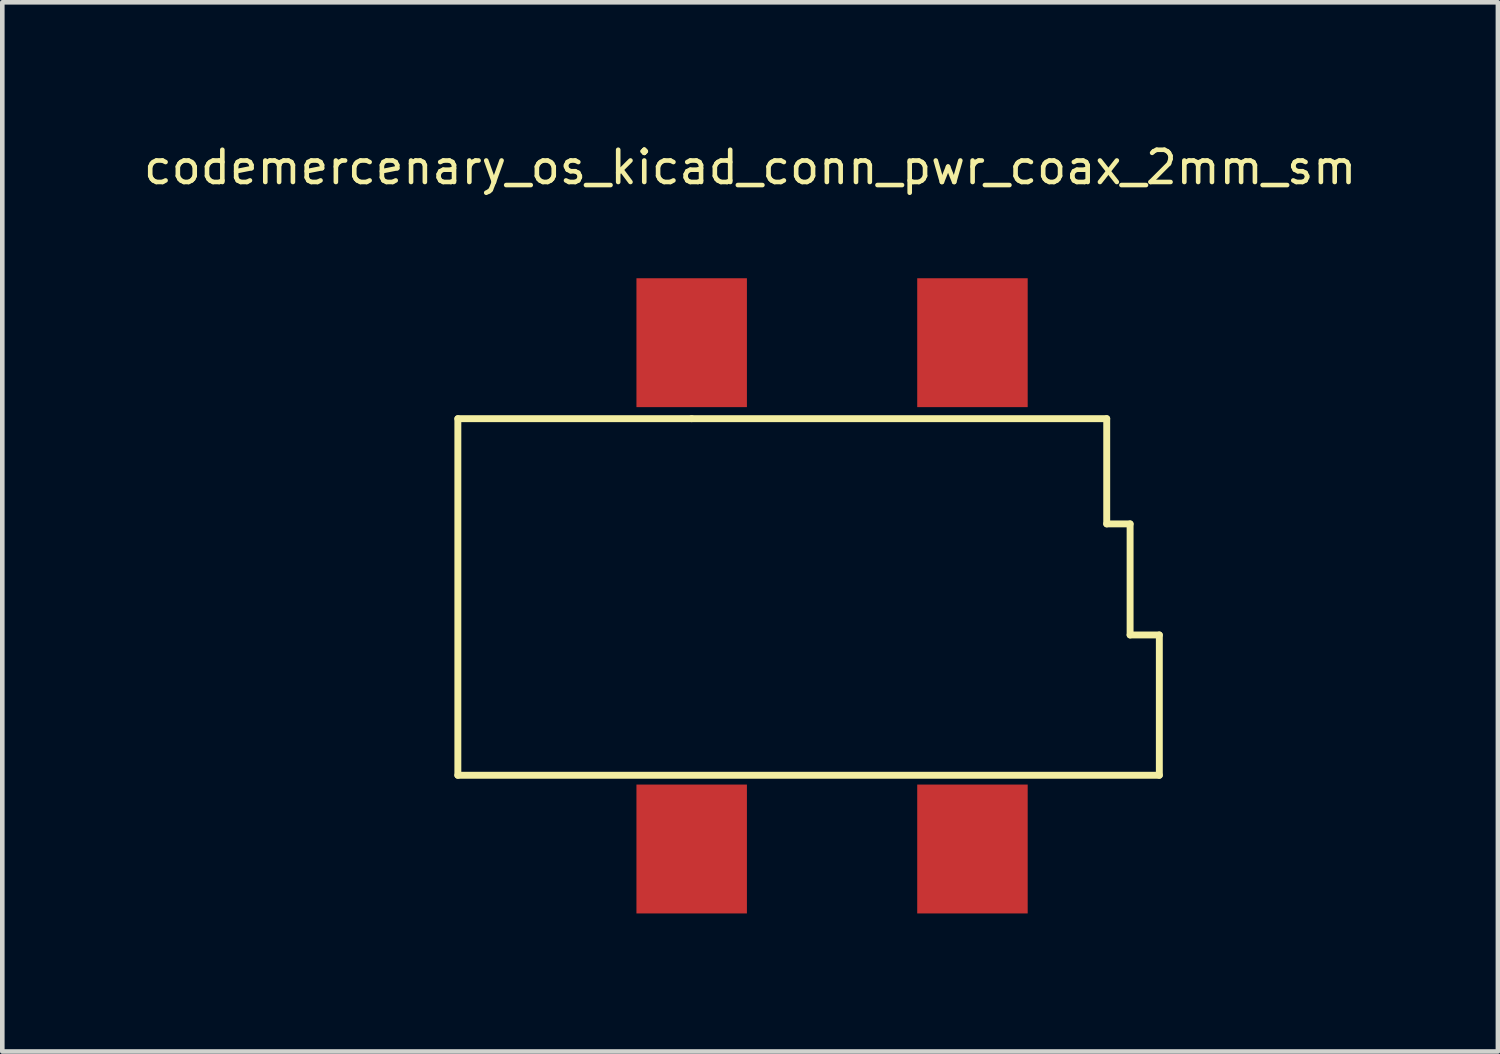
<source format=kicad_pcb>
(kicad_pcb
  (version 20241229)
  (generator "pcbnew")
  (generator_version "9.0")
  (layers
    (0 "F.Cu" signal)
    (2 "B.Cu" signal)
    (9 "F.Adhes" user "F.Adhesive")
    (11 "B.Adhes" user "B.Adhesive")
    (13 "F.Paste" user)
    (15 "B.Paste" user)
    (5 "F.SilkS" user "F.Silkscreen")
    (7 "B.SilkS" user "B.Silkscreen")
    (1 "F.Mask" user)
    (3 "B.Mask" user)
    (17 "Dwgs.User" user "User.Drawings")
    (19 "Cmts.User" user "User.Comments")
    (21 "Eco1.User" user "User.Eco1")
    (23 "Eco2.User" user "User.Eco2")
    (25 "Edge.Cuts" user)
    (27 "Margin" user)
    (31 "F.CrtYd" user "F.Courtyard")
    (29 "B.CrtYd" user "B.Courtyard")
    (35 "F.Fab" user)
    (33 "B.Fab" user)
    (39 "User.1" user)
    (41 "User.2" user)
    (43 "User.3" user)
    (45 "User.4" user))
  (footprint "codemercenary_os_kicad_conn_pwr_coax_2mm_sm"
    (layer "F.Cu")
    (at 11.977 4.395)
    (property "Reference" "codemercenary_os_kicad_conn_pwr_coax_2mm_sm" (at 1.27 -3.81 0) (layer "F.SilkS") (effects (font (size 0.7 0.7) (thickness 0.1))))
    (attr through_hole)
    (fp_line (start -5.08 1.651) (end -5.08 9.398) (stroke (width 0.15) (type solid)) (layer "F.SilkS"))
    (fp_line (start -5.08 9.398) (end 10.16 9.398) (stroke (width 0.15) (type solid)) (layer "F.SilkS"))
    (fp_line (start 0 1.651) (end -5.08 1.651) (stroke (width 0.15) (type solid)) (layer "F.SilkS"))
    (fp_line (start 9.017 1.651) (end 0 1.651) (stroke (width 0.15) (type solid)) (layer "F.SilkS"))
    (fp_line (start 9.017 3.937) (end 9.017 1.651) (stroke (width 0.15) (type solid)) (layer "F.SilkS"))
    (fp_line (start 9.525 3.937) (end 9.017 3.937) (stroke (width 0.15) (type solid)) (layer "F.SilkS"))
    (fp_line (start 9.525 6.35) (end 9.525 3.937) (stroke (width 0.15) (type solid)) (layer "F.SilkS"))
    (fp_line (start 10.16 6.35) (end 9.525 6.35) (stroke (width 0.15) (type solid)) (layer "F.SilkS"))
    (fp_line (start 10.16 9.398) (end 10.16 6.35) (stroke (width 0.15) (type solid)) (layer "F.SilkS"))
    (pad "1" smd rect (at 0 0) (size 2.4 2.8) (layers "F.Cu" "F.Mask" "F.Paste"))
    (pad "2" smd rect (at 6.1 0) (size 2.4 2.8) (layers "F.Cu" "F.Mask" "F.Paste"))
    (pad "3" smd rect (at 0 11) (size 2.4 2.8) (layers "F.Cu" "F.Mask" "F.Paste"))
    (pad "4" smd rect (at 6.1 11) (size 2.4 2.8) (layers "F.Cu" "F.Mask" "F.Paste")))
  (gr_rect
    (start -3 -3)
    (end 29.493 19.795)
    (stroke (width 0.1) (type default))
    (fill no)
    (layer "Edge.Cuts")))
</source>
